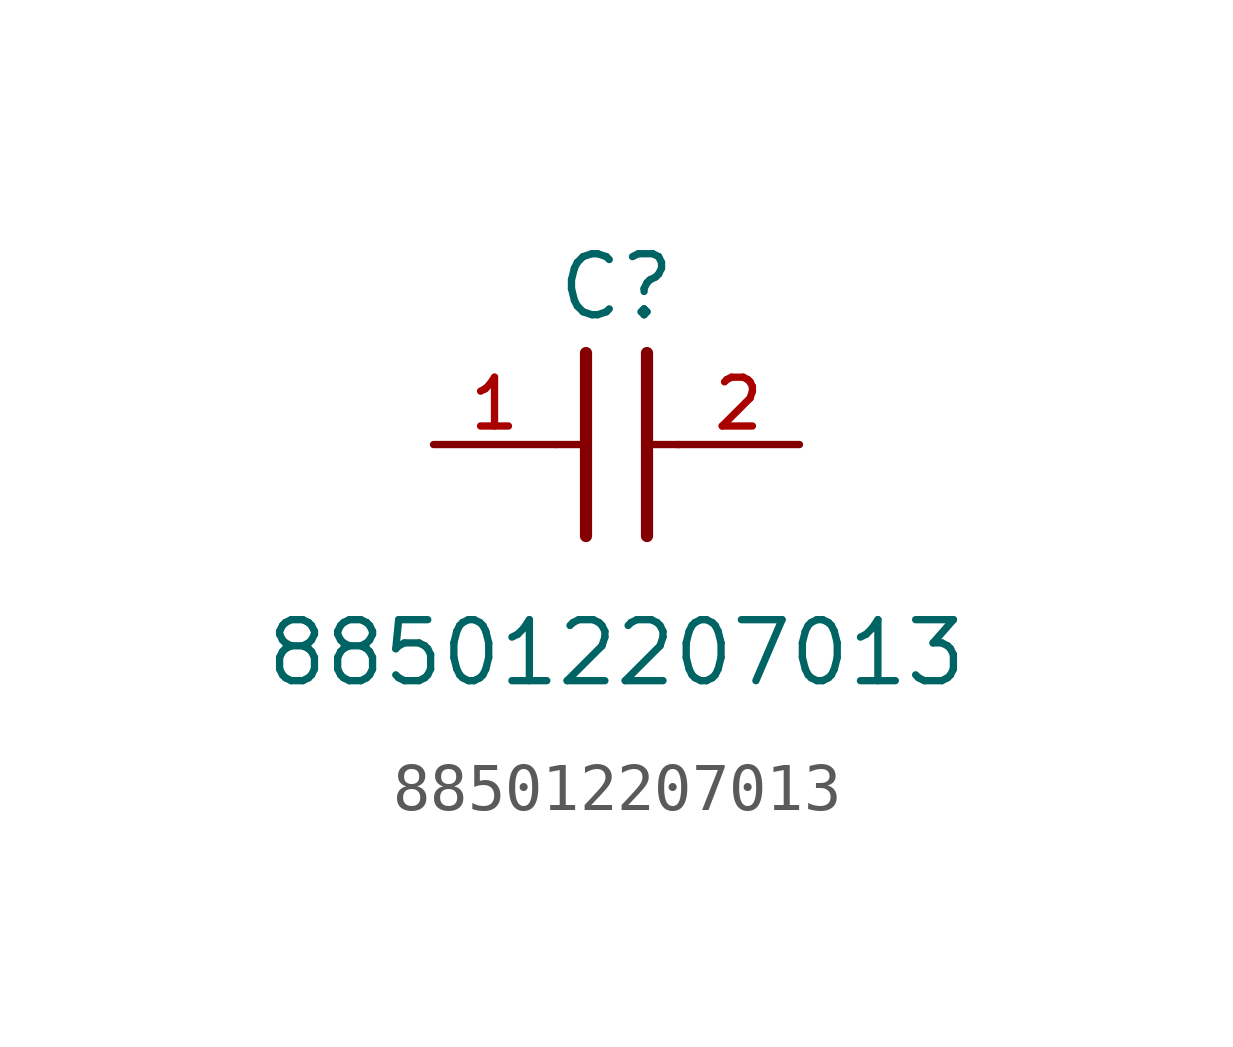
<source format=kicad_sym>
(kicad_symbol_lib
  (version 20211014)
  (generator kicad_symbol_editor)
  (symbol "885012207013"
    (pin_names
      (offset 1.016))
    (property "Reference" "C"
      (at 1.27 2.54 0)
      (effects (font (size 1.27 1.27)) (justify bottom)))
    (property "Value" "885012207013"
      (at 1.27 -5.08 0)
      (effects (font (size 1.27 1.27)) (justify bottom)))
    (symbol "885012207013_0_0"
      (polyline (pts (xy 1.905 1.905) (xy 1.905 -1.905)) (stroke (width 0.254)))
      (polyline (pts (xy 0.635 -1.905) (xy 0.635 1.905)) (stroke (width 0.254)))
      (polyline (pts (xy 0.0 0.0) (xy 0.643 0.0)) (stroke (width 0.152)))
      (polyline (pts (xy 1.928 0.0) (xy 2.57 0.0)) (stroke (width 0.152)))
      (pin passive line (at -2.54 0.0 0) (length 2.54) (name "~" (effects (font (size 1.016 1.016)))) (number "1" (effects (font (size 1.016 1.016)))))
      (pin passive line (at 5.08 0.0 180.0) (length 2.54) (name "~" (effects (font (size 1.016 1.016)))) (number "2" (effects (font (size 1.016 1.016))))))))
</source>
